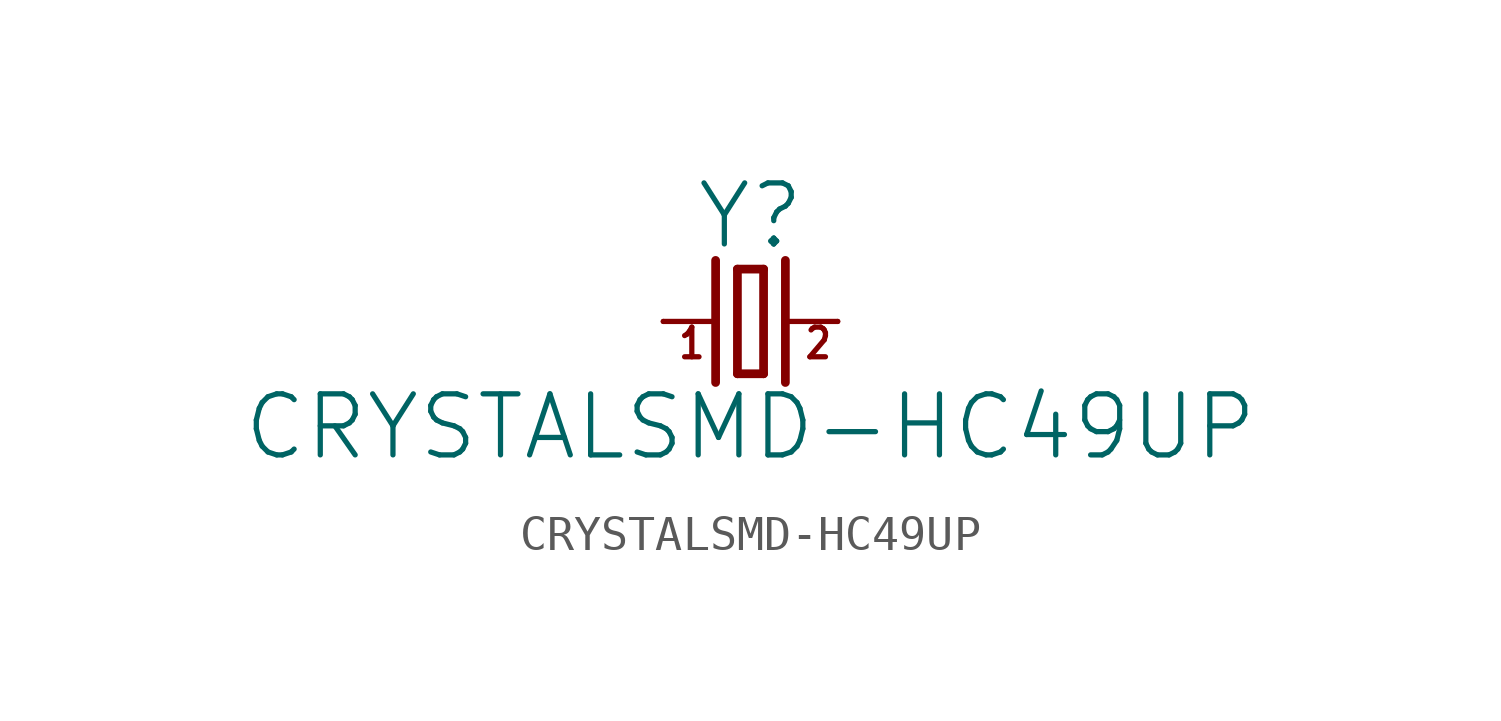
<source format=kicad_sym>
(kicad_symbol_lib
  (version 20211014)
  (generator kicad_symbol_editor)
  (symbol "CRYSTALSMD-HC49UP"
    (property "Reference" "Y"
      (at 0 2.032 0)
      (effects (font (size 1.778 1.778)) (justify bottom)))
    (property "Value" "CRYSTALSMD-HC49UP"
      (at 0 -2.032 0)
      (effects (font (size 1.778 1.778)) (justify top)))
    (property "ki_locked" ""
      (at 0 0 0)
      (effects (font (size 1.27 1.27))))
    (symbol "CRYSTALSMD-HC49UP_1_0"
      (polyline (pts (xy -2.54 0) (xy -1.016 0)) (stroke (width 0.152) (type default) (color 0 0 0 0)) (fill (type none)))
      (polyline (pts (xy -1.016 1.778) (xy -1.016 -1.778)) (stroke (width 0.254) (type default) (color 0 0 0 0)) (fill (type none)))
      (polyline (pts (xy -0.381 -1.524) (xy 0.381 -1.524)) (stroke (width 0.254) (type default) (color 0 0 0 0)) (fill (type none)))
      (polyline (pts (xy -0.381 1.524) (xy -0.381 -1.524)) (stroke (width 0.254) (type default) (color 0 0 0 0)) (fill (type none)))
      (polyline (pts (xy 0.381 -1.524) (xy 0.381 1.524)) (stroke (width 0.254) (type default) (color 0 0 0 0)) (fill (type none)))
      (polyline (pts (xy 0.381 1.524) (xy -0.381 1.524)) (stroke (width 0.254) (type default) (color 0 0 0 0)) (fill (type none)))
      (polyline (pts (xy 1.016 0) (xy 2.54 0)) (stroke (width 0.152) (type default) (color 0 0 0 0)) (fill (type none)))
      (polyline (pts (xy 1.016 1.778) (xy 1.016 -1.778)) (stroke (width 0.254) (type default) (color 0 0 0 0)) (fill (type none)))
      (text "1" (at -2.159 -1.143 0) (effects (font (size 0.864 0.734)) (justify left bottom)))
      (text "2" (at 1.524 -1.143 0) (effects (font (size 0.864 0.734)) (justify left bottom)))
      (pin passive line (at -2.54 0 0) (length 0) (name "1" (effects (font (size 0 0)))) (number "1" (effects (font (size 0 0)))))
      (pin passive line (at 2.54 0 180) (length 0) (name "2" (effects (font (size 0 0)))) (number "2" (effects (font (size 0 0))))))))
</source>
